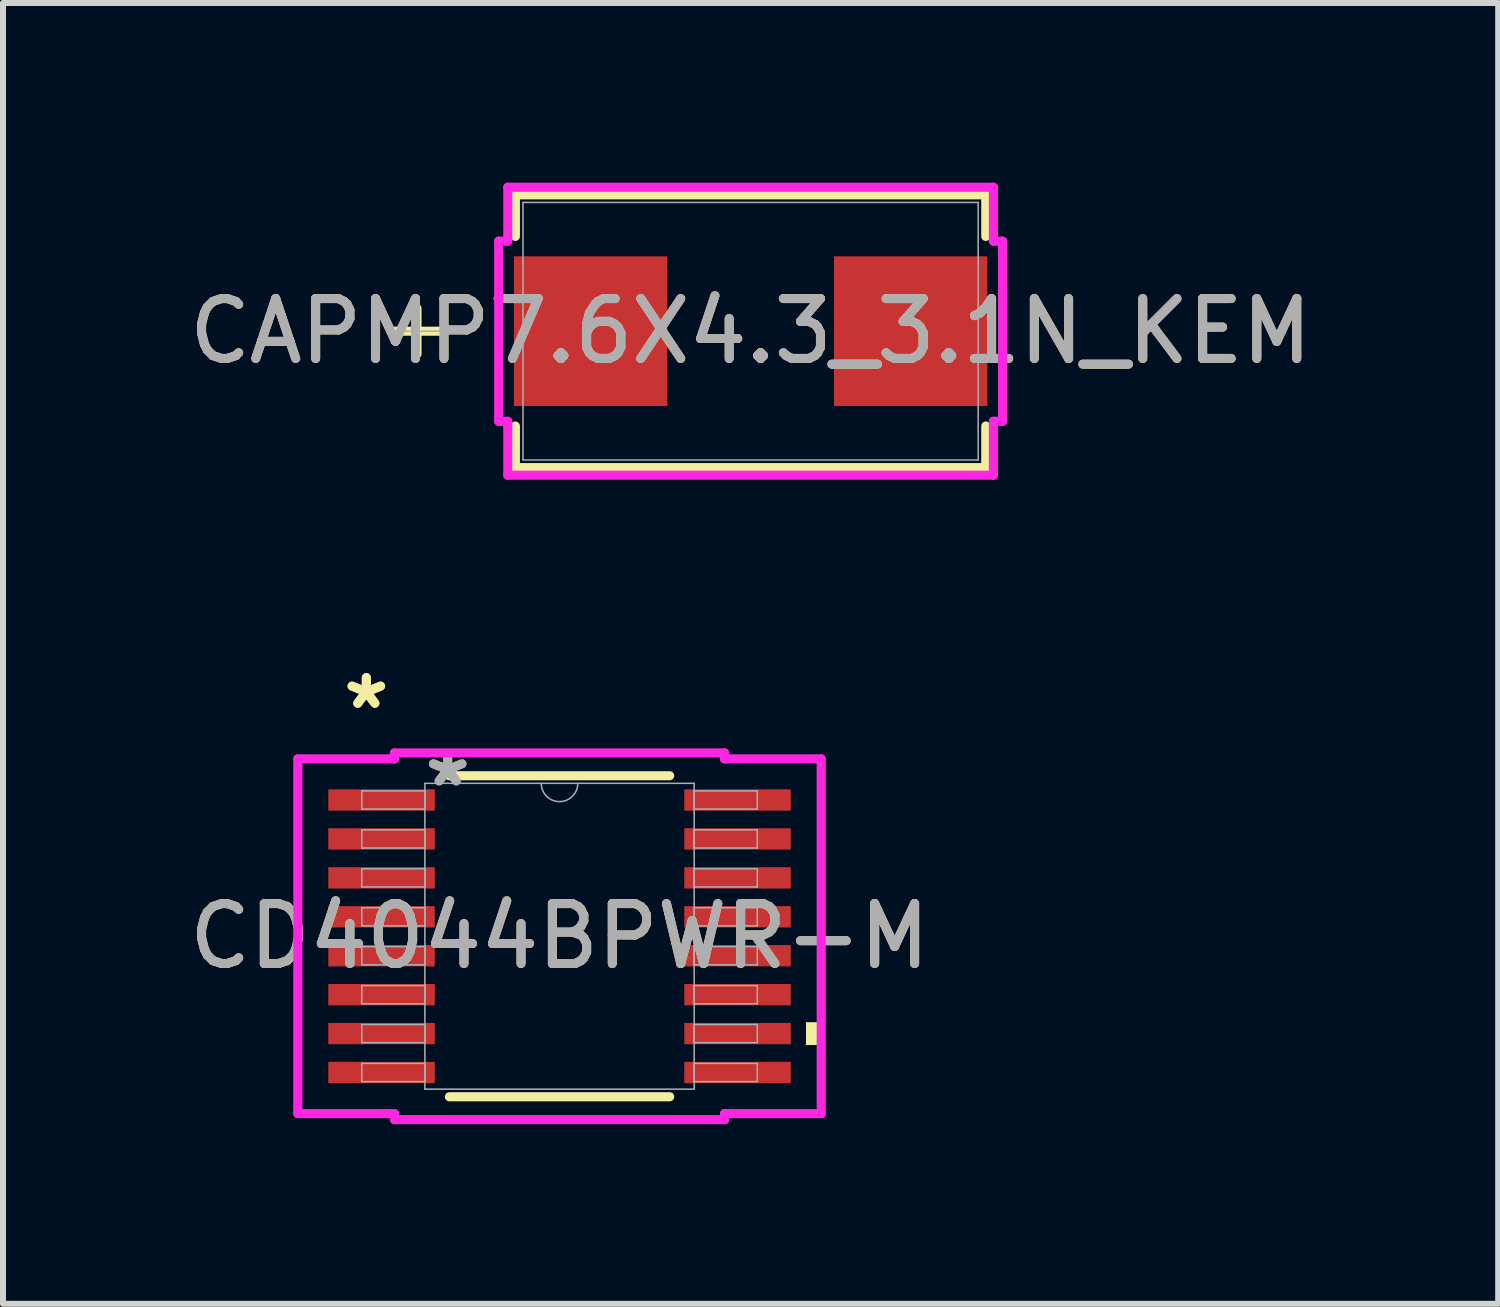
<source format=kicad_pcb>
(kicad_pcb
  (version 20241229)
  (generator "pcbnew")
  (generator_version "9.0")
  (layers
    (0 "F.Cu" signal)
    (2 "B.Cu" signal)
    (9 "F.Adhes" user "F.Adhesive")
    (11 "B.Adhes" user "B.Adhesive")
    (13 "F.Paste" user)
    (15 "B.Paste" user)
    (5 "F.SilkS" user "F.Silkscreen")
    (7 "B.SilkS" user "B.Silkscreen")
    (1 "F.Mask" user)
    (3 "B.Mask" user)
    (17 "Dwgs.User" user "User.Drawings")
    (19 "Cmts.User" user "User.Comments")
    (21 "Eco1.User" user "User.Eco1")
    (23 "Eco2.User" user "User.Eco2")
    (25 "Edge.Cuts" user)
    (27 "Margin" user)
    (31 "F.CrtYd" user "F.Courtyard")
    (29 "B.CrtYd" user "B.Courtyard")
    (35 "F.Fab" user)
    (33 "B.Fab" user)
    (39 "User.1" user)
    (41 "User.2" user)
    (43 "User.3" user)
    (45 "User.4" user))
  (footprint "CAPMP7.6X4.3_3.1N_KEM"
    (layer "F.Cu")
    (at 9.482 2.48)
    (property "Reference" "CAPMP7.6X4.3_3.1N_KEM" (at 0 0 0) (unlocked yes) (layer "F.SilkS") (effects (font (size 1 1) (thickness 0.15))))
    (attr smd)
    (fp_line (start -5.57 -0.381) (end -5.57 0.381) (stroke (width 0.152) (type solid)) (layer "F.SilkS"))
    (fp_line (start -5.189 0) (end -5.951 0) (stroke (width 0.152) (type solid)) (layer "F.SilkS"))
    (fp_line (start -3.927 -2.277) (end -3.927 -1.583) (stroke (width 0.152) (type solid)) (layer "F.SilkS"))
    (fp_line (start -3.927 1.583) (end -3.927 2.277) (stroke (width 0.152) (type solid)) (layer "F.SilkS"))
    (fp_line (start -3.927 2.277) (end 3.927 2.277) (stroke (width 0.152) (type solid)) (layer "F.SilkS"))
    (fp_line (start 3.927 -2.277) (end -3.927 -2.277) (stroke (width 0.152) (type solid)) (layer "F.SilkS"))
    (fp_line (start 3.927 -1.583) (end 3.927 -2.277) (stroke (width 0.152) (type solid)) (layer "F.SilkS"))
    (fp_line (start 3.927 2.277) (end 3.927 1.583) (stroke (width 0.152) (type solid)) (layer "F.SilkS"))
    (fp_line (start -4.206 -1.504) (end -4.054 -1.504) (stroke (width 0.152) (type solid)) (layer "F.CrtYd"))
    (fp_line (start -4.206 1.504) (end -4.206 -1.504) (stroke (width 0.152) (type solid)) (layer "F.CrtYd"))
    (fp_line (start -4.054 -2.404) (end 4.054 -2.404) (stroke (width 0.152) (type solid)) (layer "F.CrtYd"))
    (fp_line (start -4.054 -1.504) (end -4.054 -2.404) (stroke (width 0.152) (type solid)) (layer "F.CrtYd"))
    (fp_line (start -4.054 1.504) (end -4.206 1.504) (stroke (width 0.152) (type solid)) (layer "F.CrtYd"))
    (fp_line (start -4.054 2.404) (end -4.054 1.504) (stroke (width 0.152) (type solid)) (layer "F.CrtYd"))
    (fp_line (start 4.054 -2.404) (end 4.054 -1.504) (stroke (width 0.152) (type solid)) (layer "F.CrtYd"))
    (fp_line (start 4.054 -1.504) (end 4.206 -1.504) (stroke (width 0.152) (type solid)) (layer "F.CrtYd"))
    (fp_line (start 4.054 1.504) (end 4.054 2.404) (stroke (width 0.152) (type solid)) (layer "F.CrtYd"))
    (fp_line (start 4.054 2.404) (end -4.054 2.404) (stroke (width 0.152) (type solid)) (layer "F.CrtYd"))
    (fp_line (start 4.206 -1.504) (end 4.206 1.504) (stroke (width 0.152) (type solid)) (layer "F.CrtYd"))
    (fp_line (start 4.206 1.504) (end 4.054 1.504) (stroke (width 0.152) (type solid)) (layer "F.CrtYd"))
    (fp_line (start -5.57 -0.381) (end -5.57 0.381) (stroke (width 0.025) (type solid)) (layer "F.Fab"))
    (fp_line (start -5.189 0) (end -5.951 0) (stroke (width 0.025) (type solid)) (layer "F.Fab"))
    (fp_line (start -3.8 -2.15) (end -3.8 2.15) (stroke (width 0.025) (type solid)) (layer "F.Fab"))
    (fp_line (start -3.8 2.15) (end 3.8 2.15) (stroke (width 0.025) (type solid)) (layer "F.Fab"))
    (fp_line (start 3.8 -2.15) (end -3.8 -2.15) (stroke (width 0.025) (type solid)) (layer "F.Fab"))
    (fp_line (start 3.8 2.15) (end 3.8 -2.15) (stroke (width 0.025) (type solid)) (layer "F.Fab"))
    (fp_text user "${REFERENCE}" (at 0 0 0) (unlocked yes) (layer "F.Fab") (effects (font (size 1 1) (thickness 0.15))))
    (pad "1" smd rect (at -2.672 0 90) (size 2.5 2.56) (layers "F.Cu" "F.Mask" "F.Paste"))
    (pad "2" smd rect (at 2.672 0 90) (size 2.5 2.56) (layers "F.Cu" "F.Mask" "F.Paste"))
    (zone (net_name "") (layer "F.Cu") (hatch full 0.508) (connect_pads) (min_thickness 0.254) (filled_areas_thickness no) (keepout (tracks not_allowed) (vias not_allowed) (pads allowed) (copperpour not_allowed) (footprints allowed)) (placement (enabled no)) (fill) (polygon (pts (xy 5.733 0.381) (xy 13.231 0.381) (xy 13.231 1.179) (xy 5.733 1.179))))
    (zone (net_name "") (layer "F.Cu") (hatch full 0.508) (connect_pads) (min_thickness 0.254) (filled_areas_thickness no) (keepout (tracks not_allowed) (vias not_allowed) (pads allowed) (copperpour not_allowed) (footprints allowed)) (placement (enabled no)) (fill) (polygon (pts (xy 5.733 3.781) (xy 13.231 3.781) (xy 13.231 4.579) (xy 5.733 4.579))))
    (zone (net_name "") (layer "F.Cu") (hatch full 0.508) (connect_pads) (min_thickness 0.254) (filled_areas_thickness no) (keepout (tracks not_allowed) (vias not_allowed) (pads allowed) (copperpour not_allowed) (footprints allowed)) (placement (enabled no)) (fill) (polygon (pts (xy 7.841 1.179) (xy 11.123 1.179) (xy 11.123 3.781) (xy 7.841 3.781)))))
  (footprint "CD4044BPWR-M"
    (layer "F.Cu")
    (at 6.292 12.582)
    (property "Reference" "CD4044BPWR-M" (at 0 0 0) (unlocked yes) (layer "F.SilkS") (effects (font (size 1 1) (thickness 0.15))))
    (attr smd)
    (fp_line (start -1.839 2.68) (end 1.839 2.68) (stroke (width 0.152) (type solid)) (layer "F.SilkS"))
    (fp_line (start 1.839 -2.68) (end -1.839 -2.68) (stroke (width 0.152) (type solid)) (layer "F.SilkS"))
    (fp_poly (pts (xy 4.369 1.435) (xy 4.369 1.816) (xy 4.115 1.816) (xy 4.115 1.435)) (stroke (width 0) (type solid)) (fill yes) (layer "F.SilkS"))
    (fp_line (start -4.369 -2.961) (end -2.756 -2.961) (stroke (width 0.152) (type solid)) (layer "F.CrtYd"))
    (fp_line (start -4.369 2.961) (end -4.369 -2.961) (stroke (width 0.152) (type solid)) (layer "F.CrtYd"))
    (fp_line (start -4.369 2.961) (end -2.756 2.961) (stroke (width 0.152) (type solid)) (layer "F.CrtYd"))
    (fp_line (start -2.756 -3.061) (end 2.756 -3.061) (stroke (width 0.152) (type solid)) (layer "F.CrtYd"))
    (fp_line (start -2.756 -2.961) (end -2.756 -3.061) (stroke (width 0.152) (type solid)) (layer "F.CrtYd"))
    (fp_line (start -2.756 3.061) (end -2.756 2.961) (stroke (width 0.152) (type solid)) (layer "F.CrtYd"))
    (fp_line (start 2.756 -3.061) (end 2.756 -2.961) (stroke (width 0.152) (type solid)) (layer "F.CrtYd"))
    (fp_line (start 2.756 2.961) (end 2.756 3.061) (stroke (width 0.152) (type solid)) (layer "F.CrtYd"))
    (fp_line (start 2.756 3.061) (end -2.756 3.061) (stroke (width 0.152) (type solid)) (layer "F.CrtYd"))
    (fp_line (start 4.369 -2.961) (end 2.756 -2.961) (stroke (width 0.152) (type solid)) (layer "F.CrtYd"))
    (fp_line (start 4.369 -2.961) (end 4.369 2.961) (stroke (width 0.152) (type solid)) (layer "F.CrtYd"))
    (fp_line (start 4.369 2.961) (end 2.756 2.961) (stroke (width 0.152) (type solid)) (layer "F.CrtYd"))
    (fp_line (start -3.302 -2.427) (end -3.302 -2.123) (stroke (width 0.025) (type solid)) (layer "F.Fab"))
    (fp_line (start -3.302 -2.123) (end -2.248 -2.123) (stroke (width 0.025) (type solid)) (layer "F.Fab"))
    (fp_line (start -3.302 -1.777) (end -3.302 -1.473) (stroke (width 0.025) (type solid)) (layer "F.Fab"))
    (fp_line (start -3.302 -1.473) (end -2.248 -1.473) (stroke (width 0.025) (type solid)) (layer "F.Fab"))
    (fp_line (start -3.302 -1.127) (end -3.302 -0.823) (stroke (width 0.025) (type solid)) (layer "F.Fab"))
    (fp_line (start -3.302 -0.823) (end -2.248 -0.823) (stroke (width 0.025) (type solid)) (layer "F.Fab"))
    (fp_line (start -3.302 -0.477) (end -3.302 -0.173) (stroke (width 0.025) (type solid)) (layer "F.Fab"))
    (fp_line (start -3.302 -0.173) (end -2.248 -0.173) (stroke (width 0.025) (type solid)) (layer "F.Fab"))
    (fp_line (start -3.302 0.173) (end -3.302 0.477) (stroke (width 0.025) (type solid)) (layer "F.Fab"))
    (fp_line (start -3.302 0.477) (end -2.248 0.477) (stroke (width 0.025) (type solid)) (layer "F.Fab"))
    (fp_line (start -3.302 0.823) (end -3.302 1.127) (stroke (width 0.025) (type solid)) (layer "F.Fab"))
    (fp_line (start -3.302 1.127) (end -2.248 1.127) (stroke (width 0.025) (type solid)) (layer "F.Fab"))
    (fp_line (start -3.302 1.473) (end -3.302 1.777) (stroke (width 0.025) (type solid)) (layer "F.Fab"))
    (fp_line (start -3.302 1.777) (end -2.248 1.777) (stroke (width 0.025) (type solid)) (layer "F.Fab"))
    (fp_line (start -3.302 2.123) (end -3.302 2.427) (stroke (width 0.025) (type solid)) (layer "F.Fab"))
    (fp_line (start -3.302 2.427) (end -2.248 2.427) (stroke (width 0.025) (type solid)) (layer "F.Fab"))
    (fp_line (start -2.248 -2.553) (end -2.248 2.553) (stroke (width 0.025) (type solid)) (layer "F.Fab"))
    (fp_line (start -2.248 -2.427) (end -3.302 -2.427) (stroke (width 0.025) (type solid)) (layer "F.Fab"))
    (fp_line (start -2.248 -2.123) (end -2.248 -2.427) (stroke (width 0.025) (type solid)) (layer "F.Fab"))
    (fp_line (start -2.248 -1.777) (end -3.302 -1.777) (stroke (width 0.025) (type solid)) (layer "F.Fab"))
    (fp_line (start -2.248 -1.473) (end -2.248 -1.777) (stroke (width 0.025) (type solid)) (layer "F.Fab"))
    (fp_line (start -2.248 -1.127) (end -3.302 -1.127) (stroke (width 0.025) (type solid)) (layer "F.Fab"))
    (fp_line (start -2.248 -0.823) (end -2.248 -1.127) (stroke (width 0.025) (type solid)) (layer "F.Fab"))
    (fp_line (start -2.248 -0.477) (end -3.302 -0.477) (stroke (width 0.025) (type solid)) (layer "F.Fab"))
    (fp_line (start -2.248 -0.173) (end -2.248 -0.477) (stroke (width 0.025) (type solid)) (layer "F.Fab"))
    (fp_line (start -2.248 0.173) (end -3.302 0.173) (stroke (width 0.025) (type solid)) (layer "F.Fab"))
    (fp_line (start -2.248 0.477) (end -2.248 0.173) (stroke (width 0.025) (type solid)) (layer "F.Fab"))
    (fp_line (start -2.248 0.823) (end -3.302 0.823) (stroke (width 0.025) (type solid)) (layer "F.Fab"))
    (fp_line (start -2.248 1.127) (end -2.248 0.823) (stroke (width 0.025) (type solid)) (layer "F.Fab"))
    (fp_line (start -2.248 1.473) (end -3.302 1.473) (stroke (width 0.025) (type solid)) (layer "F.Fab"))
    (fp_line (start -2.248 1.777) (end -2.248 1.473) (stroke (width 0.025) (type solid)) (layer "F.Fab"))
    (fp_line (start -2.248 2.123) (end -3.302 2.123) (stroke (width 0.025) (type solid)) (layer "F.Fab"))
    (fp_line (start -2.248 2.427) (end -2.248 2.123) (stroke (width 0.025) (type solid)) (layer "F.Fab"))
    (fp_line (start -2.248 2.553) (end 2.248 2.553) (stroke (width 0.025) (type solid)) (layer "F.Fab"))
    (fp_line (start 2.248 -2.553) (end -2.248 -2.553) (stroke (width 0.025) (type solid)) (layer "F.Fab"))
    (fp_line (start 2.248 -2.427) (end 2.248 -2.123) (stroke (width 0.025) (type solid)) (layer "F.Fab"))
    (fp_line (start 2.248 -2.123) (end 3.302 -2.123) (stroke (width 0.025) (type solid)) (layer "F.Fab"))
    (fp_line (start 2.248 -1.777) (end 2.248 -1.473) (stroke (width 0.025) (type solid)) (layer "F.Fab"))
    (fp_line (start 2.248 -1.473) (end 3.302 -1.473) (stroke (width 0.025) (type solid)) (layer "F.Fab"))
    (fp_line (start 2.248 -1.127) (end 2.248 -0.823) (stroke (width 0.025) (type solid)) (layer "F.Fab"))
    (fp_line (start 2.248 -0.823) (end 3.302 -0.823) (stroke (width 0.025) (type solid)) (layer "F.Fab"))
    (fp_line (start 2.248 -0.477) (end 2.248 -0.173) (stroke (width 0.025) (type solid)) (layer "F.Fab"))
    (fp_line (start 2.248 -0.173) (end 3.302 -0.173) (stroke (width 0.025) (type solid)) (layer "F.Fab"))
    (fp_line (start 2.248 0.173) (end 2.248 0.477) (stroke (width 0.025) (type solid)) (layer "F.Fab"))
    (fp_line (start 2.248 0.477) (end 3.302 0.477) (stroke (width 0.025) (type solid)) (layer "F.Fab"))
    (fp_line (start 2.248 0.823) (end 2.248 1.127) (stroke (width 0.025) (type solid)) (layer "F.Fab"))
    (fp_line (start 2.248 1.127) (end 3.302 1.127) (stroke (width 0.025) (type solid)) (layer "F.Fab"))
    (fp_line (start 2.248 1.473) (end 2.248 1.777) (stroke (width 0.025) (type solid)) (layer "F.Fab"))
    (fp_line (start 2.248 1.777) (end 3.302 1.777) (stroke (width 0.025) (type solid)) (layer "F.Fab"))
    (fp_line (start 2.248 2.123) (end 2.248 2.427) (stroke (width 0.025) (type solid)) (layer "F.Fab"))
    (fp_line (start 2.248 2.427) (end 3.302 2.427) (stroke (width 0.025) (type solid)) (layer "F.Fab"))
    (fp_line (start 2.248 2.553) (end 2.248 -2.553) (stroke (width 0.025) (type solid)) (layer "F.Fab"))
    (fp_line (start 3.302 -2.427) (end 2.248 -2.427) (stroke (width 0.025) (type solid)) (layer "F.Fab"))
    (fp_line (start 3.302 -2.123) (end 3.302 -2.427) (stroke (width 0.025) (type solid)) (layer "F.Fab"))
    (fp_line (start 3.302 -1.777) (end 2.248 -1.777) (stroke (width 0.025) (type solid)) (layer "F.Fab"))
    (fp_line (start 3.302 -1.473) (end 3.302 -1.777) (stroke (width 0.025) (type solid)) (layer "F.Fab"))
    (fp_line (start 3.302 -1.127) (end 2.248 -1.127) (stroke (width 0.025) (type solid)) (layer "F.Fab"))
    (fp_line (start 3.302 -0.823) (end 3.302 -1.127) (stroke (width 0.025) (type solid)) (layer "F.Fab"))
    (fp_line (start 3.302 -0.477) (end 2.248 -0.477) (stroke (width 0.025) (type solid)) (layer "F.Fab"))
    (fp_line (start 3.302 -0.173) (end 3.302 -0.477) (stroke (width 0.025) (type solid)) (layer "F.Fab"))
    (fp_line (start 3.302 0.173) (end 2.248 0.173) (stroke (width 0.025) (type solid)) (layer "F.Fab"))
    (fp_line (start 3.302 0.477) (end 3.302 0.173) (stroke (width 0.025) (type solid)) (layer "F.Fab"))
    (fp_line (start 3.302 0.823) (end 2.248 0.823) (stroke (width 0.025) (type solid)) (layer "F.Fab"))
    (fp_line (start 3.302 1.127) (end 3.302 0.823) (stroke (width 0.025) (type solid)) (layer "F.Fab"))
    (fp_line (start 3.302 1.473) (end 2.248 1.473) (stroke (width 0.025) (type solid)) (layer "F.Fab"))
    (fp_line (start 3.302 1.777) (end 3.302 1.473) (stroke (width 0.025) (type solid)) (layer "F.Fab"))
    (fp_line (start 3.302 2.123) (end 2.248 2.123) (stroke (width 0.025) (type solid)) (layer "F.Fab"))
    (fp_line (start 3.302 2.427) (end 3.302 2.123) (stroke (width 0.025) (type solid)) (layer "F.Fab"))
    (fp_arc (start 0.3048 -2.5527) (mid 0 -2.2479) (end -0.3048 -2.5527) (stroke (width 0.0254) (type solid)) (layer "F.Fab"))
    (fp_text user "*" (at -3.226 -3.774 0) (layer "F.SilkS") (effects (font (size 1 1) (thickness 0.15))))
    (fp_text user "*" (at -3.226 -3.774 0) (unlocked yes) (layer "F.SilkS") (effects (font (size 1 1) (thickness 0.15))))
    (fp_text user "*" (at -1.867 -2.477 0) (layer "F.Fab") (effects (font (size 1 1) (thickness 0.15))))
    (fp_text user "${REFERENCE}" (at 0 0 0) (unlocked yes) (layer "F.Fab") (effects (font (size 1 1) (thickness 0.15))))
    (fp_text user "*" (at -1.867 -2.477 0) (unlocked yes) (layer "F.Fab") (effects (font (size 1 1) (thickness 0.15))))
    (pad "1" smd rect (at -2.972 -2.275) (size 1.778 0.356) (layers "F.Cu" "F.Mask" "F.Paste"))
    (pad "2" smd rect (at -2.972 -1.625) (size 1.778 0.356) (layers "F.Cu" "F.Mask" "F.Paste"))
    (pad "3" smd rect (at -2.972 -0.975) (size 1.778 0.356) (layers "F.Cu" "F.Mask" "F.Paste"))
    (pad "4" smd rect (at -2.972 -0.325) (size 1.778 0.356) (layers "F.Cu" "F.Mask" "F.Paste"))
    (pad "5" smd rect (at -2.972 0.325) (size 1.778 0.356) (layers "F.Cu" "F.Mask" "F.Paste"))
    (pad "6" smd rect (at -2.972 0.975) (size 1.778 0.356) (layers "F.Cu" "F.Mask" "F.Paste"))
    (pad "7" smd rect (at -2.972 1.625) (size 1.778 0.356) (layers "F.Cu" "F.Mask" "F.Paste"))
    (pad "8" smd rect (at -2.972 2.275) (size 1.778 0.356) (layers "F.Cu" "F.Mask" "F.Paste"))
    (pad "9" smd rect (at 2.972 2.275) (size 1.778 0.356) (layers "F.Cu" "F.Mask" "F.Paste"))
    (pad "10" smd rect (at 2.972 1.625) (size 1.778 0.356) (layers "F.Cu" "F.Mask" "F.Paste"))
    (pad "11" smd rect (at 2.972 0.975) (size 1.778 0.356) (layers "F.Cu" "F.Mask" "F.Paste"))
    (pad "12" smd rect (at 2.972 0.325) (size 1.778 0.356) (layers "F.Cu" "F.Mask" "F.Paste"))
    (pad "13" smd rect (at 2.972 -0.325) (size 1.778 0.356) (layers "F.Cu" "F.Mask" "F.Paste"))
    (pad "14" smd rect (at 2.972 -0.975) (size 1.778 0.356) (layers "F.Cu" "F.Mask" "F.Paste"))
    (pad "15" smd rect (at 2.972 -1.625) (size 1.778 0.356) (layers "F.Cu" "F.Mask" "F.Paste"))
    (pad "16" smd rect (at 2.972 -2.275) (size 1.778 0.356) (layers "F.Cu" "F.Mask" "F.Paste")))
  (gr_rect
    (start -3 -3)
    (end 21.964 18.719)
    (stroke (width 0.1) (type default))
    (fill no)
    (layer "Edge.Cuts")))
</source>
